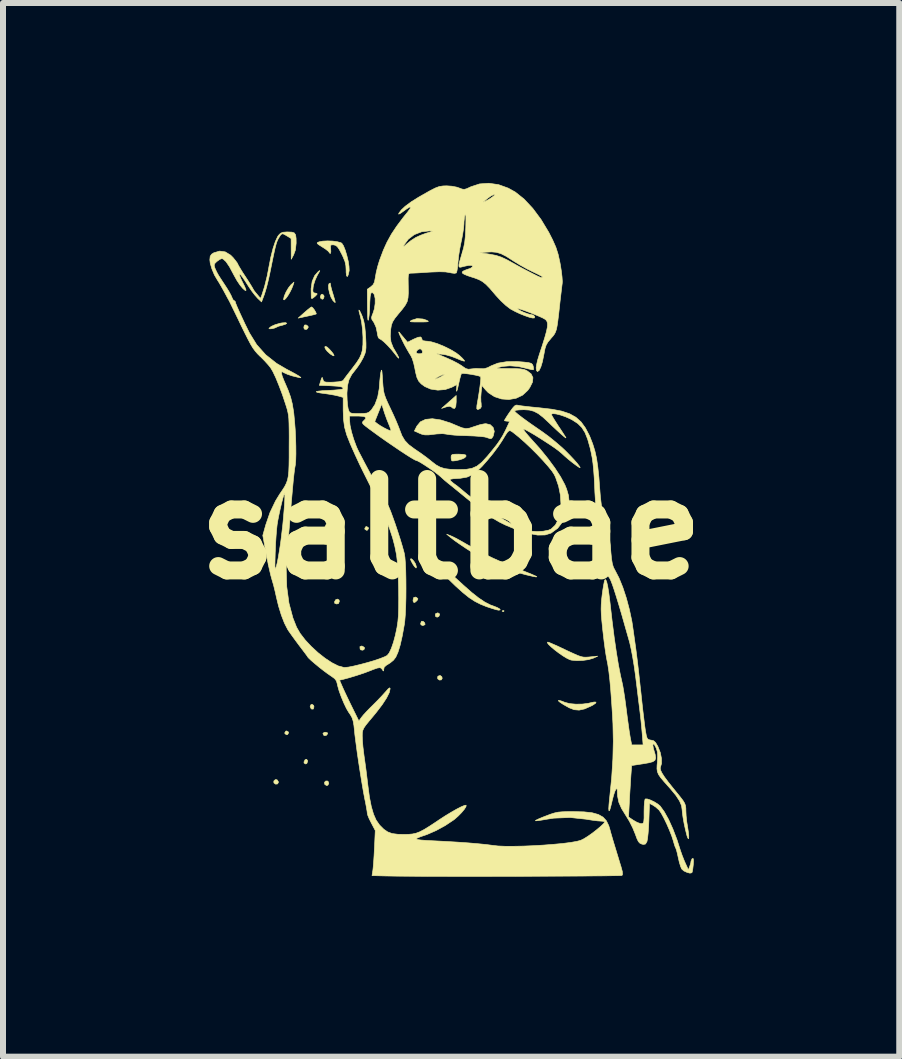
<source format=kicad_pcb>
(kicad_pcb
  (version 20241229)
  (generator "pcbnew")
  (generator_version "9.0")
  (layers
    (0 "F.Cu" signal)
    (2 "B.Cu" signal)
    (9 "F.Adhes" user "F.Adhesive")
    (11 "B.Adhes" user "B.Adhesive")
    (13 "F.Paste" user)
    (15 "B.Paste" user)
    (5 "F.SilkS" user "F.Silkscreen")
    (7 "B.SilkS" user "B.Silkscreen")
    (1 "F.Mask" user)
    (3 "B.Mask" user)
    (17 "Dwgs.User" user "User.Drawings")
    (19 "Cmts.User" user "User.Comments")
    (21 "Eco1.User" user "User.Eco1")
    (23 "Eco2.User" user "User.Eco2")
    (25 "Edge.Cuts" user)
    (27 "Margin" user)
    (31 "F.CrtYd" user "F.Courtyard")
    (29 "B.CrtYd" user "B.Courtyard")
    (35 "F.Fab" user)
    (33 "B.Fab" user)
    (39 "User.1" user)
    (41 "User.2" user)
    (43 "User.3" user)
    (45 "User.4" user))
  (footprint "saltbae"
    (layer "F.Cu")
    (at 4.47 5.77)
    (property "Reference" "saltbae" (at 0 0 0) (layer "F.SilkS") (effects (font (size 1.524 1.524) (thickness 0.3))))
    (attr through_hole)
    (fp_poly (pts (xy 0.882 1.362) (xy 0.879 1.374) (xy 0.868 1.376) (xy 0.85 1.368) (xy 0.854 1.362) (xy 0.879 1.359) (xy 0.882 1.362)) (stroke (width 0.01) (type solid)) (fill yes) (layer "F.SilkS"))
    (fp_poly (pts (xy -2.902 4.179) (xy -2.88 4.211) (xy -2.879 4.224) (xy -2.894 4.249) (xy -2.926 4.252) (xy -2.954 4.231) (xy -2.955 4.2) (xy -2.931 4.177) (xy -2.902 4.179)) (stroke (width 0.01) (type solid)) (fill yes) (layer "F.SilkS"))
    (fp_poly (pts (xy -2.713 3.382) (xy -2.709 3.397) (xy -2.726 3.425) (xy -2.741 3.429) (xy -2.769 3.412) (xy -2.773 3.397) (xy -2.756 3.369) (xy -2.741 3.365) (xy -2.713 3.382)) (stroke (width 0.01) (type solid)) (fill yes) (layer "F.SilkS"))
    (fp_poly (pts (xy -2.395 0.047) (xy -2.392 0.072) (xy -2.403 0.117) (xy -2.425 0.127) (xy -2.45 0.111) (xy -2.452 0.081) (xy -2.436 0.038) (xy -2.413 0.026) (xy -2.395 0.047)) (stroke (width 0.01) (type solid)) (fill yes) (layer "F.SilkS"))
    (fp_poly (pts (xy -2.393 3.859) (xy -2.392 3.872) (xy -2.405 3.908) (xy -2.425 3.916) (xy -2.451 3.9) (xy -2.452 3.881) (xy -2.434 3.845) (xy -2.409 3.837) (xy -2.393 3.859)) (stroke (width 0.01) (type solid)) (fill yes) (layer "F.SilkS"))
    (fp_poly (pts (xy -2.387 -3.383) (xy -2.381 -3.365) (xy -2.399 -3.336) (xy -2.418 -3.327) (xy -2.448 -3.335) (xy -2.455 -3.365) (xy -2.445 -3.4) (xy -2.418 -3.404) (xy -2.387 -3.383)) (stroke (width 0.01) (type solid)) (fill yes) (layer "F.SilkS"))
    (fp_poly (pts (xy -2.292 2.939) (xy -2.286 2.963) (xy -2.297 3) (xy -2.323 3.001) (xy -2.335 2.992) (xy -2.35 2.958) (xy -2.337 2.928) (xy -2.318 2.921) (xy -2.292 2.939)) (stroke (width 0.01) (type solid)) (fill yes) (layer "F.SilkS"))
    (fp_poly (pts (xy -2.123 -3.898) (xy -2.117 -3.873) (xy -2.13 -3.839) (xy -2.148 -3.831) (xy -2.174 -3.849) (xy -2.18 -3.873) (xy -2.167 -3.908) (xy -2.148 -3.916) (xy -2.123 -3.898)) (stroke (width 0.01) (type solid)) (fill yes) (layer "F.SilkS"))
    (fp_poly (pts (xy -2.121 -0.365) (xy -2.12 -0.346) (xy -2.138 -0.31) (xy -2.163 -0.303) (xy -2.179 -0.324) (xy -2.18 -0.337) (xy -2.167 -0.373) (xy -2.147 -0.381) (xy -2.121 -0.365)) (stroke (width 0.01) (type solid)) (fill yes) (layer "F.SilkS"))
    (fp_poly (pts (xy -2.062 3.396) (xy -2.058 3.412) (xy -2.083 3.441) (xy -2.116 3.442) (xy -2.123 3.436) (xy -2.137 3.406) (xy -2.114 3.389) (xy -2.094 3.387) (xy -2.062 3.396)) (stroke (width 0.01) (type solid)) (fill yes) (layer "F.SilkS"))
    (fp_poly (pts (xy -2.038 -0.067) (xy -2.032 -0.042) (xy -2.043 -0.005) (xy -2.069 -0.004) (xy -2.081 -0.014) (xy -2.096 -0.048) (xy -2.083 -0.078) (xy -2.064 -0.085) (xy -2.038 -0.067)) (stroke (width 0.01) (type solid)) (fill yes) (layer "F.SilkS"))
    (fp_poly (pts (xy -1.868 1.182) (xy -1.863 1.205) (xy -1.877 1.241) (xy -1.907 1.249) (xy -1.94 1.237) (xy -1.943 1.212) (xy -1.924 1.178) (xy -1.893 1.167) (xy -1.868 1.182)) (stroke (width 0.01) (type solid)) (fill yes) (layer "F.SilkS"))
    (fp_poly (pts (xy -1.472 1.955) (xy -1.442 1.979) (xy -1.451 2.007) (xy -1.472 2.019) (xy -1.506 2.014) (xy -1.517 1.999) (xy -1.52 1.96) (xy -1.492 1.949) (xy -1.472 1.955)) (stroke (width 0.01) (type solid)) (fill yes) (layer "F.SilkS"))
    (fp_poly (pts (xy -1.38 -0.025) (xy -1.376 -0.011) (xy -1.393 0.017) (xy -1.408 0.021) (xy -1.436 0.004) (xy -1.439 -0.011) (xy -1.422 -0.039) (xy -1.408 -0.042) (xy -1.38 -0.025)) (stroke (width 0.01) (type solid)) (fill yes) (layer "F.SilkS"))
    (fp_poly (pts (xy -0.155 2.461) (xy -0.148 2.488) (xy -0.163 2.514) (xy -0.195 2.517) (xy -0.223 2.496) (xy -0.224 2.463) (xy -0.216 2.451) (xy -0.183 2.44) (xy -0.155 2.461)) (stroke (width 0.01) (type solid)) (fill yes) (layer "F.SilkS"))
    (fp_poly (pts (xy -2.057 4.201) (xy -2.051 4.206) (xy -2.039 4.239) (xy -2.054 4.269) (xy -2.074 4.276) (xy -2.101 4.26) (xy -2.107 4.253) (xy -2.11 4.22) (xy -2.087 4.199) (xy -2.057 4.201)) (stroke (width 0.01) (type solid)) (fill yes) (layer "F.SilkS"))
    (fp_poly (pts (xy -0.572 1.143) (xy -0.553 1.163) (xy -0.568 1.192) (xy -0.57 1.194) (xy -0.606 1.224) (xy -0.629 1.217) (xy -0.635 1.187) (xy -0.624 1.142) (xy -0.593 1.133) (xy -0.572 1.143)) (stroke (width 0.01) (type solid)) (fill yes) (layer "F.SilkS"))
    (fp_poly (pts (xy -0.464 1.539) (xy -0.44 1.563) (xy -0.434 1.589) (xy -0.438 1.595) (xy -0.471 1.609) (xy -0.501 1.597) (xy -0.508 1.578) (xy -0.497 1.543) (xy -0.489 1.536) (xy -0.464 1.539)) (stroke (width 0.01) (type solid)) (fill yes) (layer "F.SilkS"))
    (fp_poly (pts (xy -0.193 1.414) (xy -0.191 1.426) (xy -0.205 1.457) (xy -0.234 1.469) (xy -0.259 1.455) (xy -0.261 1.451) (xy -0.261 1.413) (xy -0.225 1.397) (xy -0.219 1.397) (xy -0.193 1.414)) (stroke (width 0.01) (type solid)) (fill yes) (layer "F.SilkS"))
    (fp_poly (pts (xy -0.643 0.51) (xy -0.615 0.544) (xy -0.592 0.583) (xy -0.59 0.589) (xy -0.577 0.636) (xy -0.585 0.649) (xy -0.609 0.626) (xy -0.634 0.59) (xy -0.662 0.54) (xy -0.677 0.505) (xy -0.677 0.5) (xy -0.667 0.493) (xy -0.643 0.51)) (stroke (width 0.01) (type solid)) (fill yes) (layer "F.SilkS"))
    (fp_poly (pts (xy -2.064 -3.032) (xy -2.027 -2.997) (xy -1.989 -2.954) (xy -1.96 -2.915) (xy -1.951 -2.89) (xy -1.952 -2.888) (xy -1.973 -2.893) (xy -2.013 -2.918) (xy -2.018 -2.922) (xy -2.066 -2.966) (xy -2.097 -3.007) (xy -2.106 -3.037) (xy -2.091 -3.046) (xy -2.064 -3.032)) (stroke (width 0.01) (type solid)) (fill yes) (layer "F.SilkS"))
    (fp_poly (pts (xy -0.47 -3.502) (xy -0.413 -3.483) (xy -0.385 -3.469) (xy -0.38 -3.46) (xy -0.402 -3.455) (xy -0.457 -3.453) (xy -0.529 -3.453) (xy -0.615 -3.453) (xy -0.664 -3.455) (xy -0.682 -3.461) (xy -0.674 -3.471) (xy -0.656 -3.482) (xy -0.569 -3.509) (xy -0.47 -3.502)) (stroke (width 0.01) (type solid)) (fill yes) (layer "F.SilkS"))
    (fp_poly (pts (xy -2.635 -4.064) (xy -2.658 -4.006) (xy -2.689 -3.945) (xy -2.723 -3.888) (xy -2.755 -3.845) (xy -2.78 -3.821) (xy -2.793 -3.825) (xy -2.793 -3.831) (xy -2.781 -3.884) (xy -2.751 -3.953) (xy -2.711 -4.021) (xy -2.671 -4.071) (xy -2.667 -4.075) (xy -2.619 -4.117) (xy -2.635 -4.064)) (stroke (width 0.01) (type solid)) (fill yes) (layer "F.SilkS"))
    (fp_poly (pts (xy -2.306 -3.689) (xy -2.279 -3.654) (xy -2.256 -3.615) (xy -2.247 -3.589) (xy -2.249 -3.586) (xy -2.272 -3.578) (xy -2.325 -3.565) (xy -2.398 -3.549) (xy -2.403 -3.548) (xy -2.549 -3.517) (xy -2.444 -3.611) (xy -2.389 -3.658) (xy -2.346 -3.692) (xy -2.326 -3.704) (xy -2.306 -3.689)) (stroke (width 0.01) (type solid)) (fill yes) (layer "F.SilkS"))
    (fp_poly (pts (xy 0.085 -2.119) (xy 0.078 -2.045) (xy 0.059 -2.011) (xy 0.026 -2.017) (xy 0.006 -2.035) (xy -0.025 -2.048) (xy -0.078 -2.038) (xy -0.088 -2.035) (xy -0.159 -2.011) (xy -0.085 -2.076) (xy -0.028 -2.127) (xy 0.025 -2.173) (xy 0.037 -2.184) (xy 0.085 -2.227) (xy 0.085 -2.119)) (stroke (width 0.01) (type solid)) (fill yes) (layer "F.SilkS"))
    (fp_poly (pts (xy -2.011 -4.082) (xy -2.005 -4.045) (xy -1.989 -3.983) (xy -1.968 -3.915) (xy -1.948 -3.847) (xy -1.934 -3.797) (xy -1.932 -3.776) (xy -1.947 -3.786) (xy -1.973 -3.814) (xy -2.002 -3.865) (xy -2.026 -3.933) (xy -2.041 -4.002) (xy -2.044 -4.06) (xy -2.035 -4.091) (xy -2.015 -4.101) (xy -2.011 -4.082)) (stroke (width 0.01) (type solid)) (fill yes) (layer "F.SilkS"))
    (fp_poly (pts (xy 0.207 -1.245) (xy 0.246 -1.234) (xy 0.249 -1.213) (xy 0.227 -1.189) (xy 0.191 -1.171) (xy 0.135 -1.153) (xy 0.076 -1.14) (xy 0.029 -1.135) (xy 0.012 -1.138) (xy 0.002 -1.167) (xy 0 -1.199) (xy 0.003 -1.227) (xy 0.019 -1.242) (xy 0.058 -1.248) (xy 0.127 -1.249) (xy 0.207 -1.245)) (stroke (width 0.01) (type solid)) (fill yes) (layer "F.SilkS"))
    (fp_poly (pts (xy -2.74 -3.432) (xy -2.758 -3.416) (xy -2.813 -3.398) (xy -2.821 -3.396) (xy -2.875 -3.382) (xy -2.91 -3.366) (xy -2.91 -3.366) (xy -2.943 -3.351) (xy -2.985 -3.341) (xy -3.022 -3.338) (xy -3.037 -3.345) (xy -3.035 -3.348) (xy -2.999 -3.378) (xy -2.934 -3.407) (xy -2.855 -3.43) (xy -2.819 -3.437) (xy -2.76 -3.441) (xy -2.74 -3.432)) (stroke (width 0.01) (type solid)) (fill yes) (layer "F.SilkS"))
    (fp_poly (pts (xy 1.832 2.864) (xy 1.898 2.889) (xy 1.978 2.91) (xy 2.081 2.919) (xy 2.192 2.917) (xy 2.292 2.904) (xy 2.314 2.898) (xy 2.384 2.883) (xy 2.416 2.885) (xy 2.409 2.903) (xy 2.362 2.935) (xy 2.335 2.949) (xy 2.225 2.998) (xy 2.134 3.018) (xy 2.051 3.011) (xy 1.966 2.978) (xy 1.96 2.974) (xy 1.873 2.925) (xy 1.815 2.887) (xy 1.788 2.863) (xy 1.793 2.855) (xy 1.832 2.864)) (stroke (width 0.01) (type solid)) (fill yes) (layer "F.SilkS"))
    (fp_poly (pts (xy -2.189 -4.307) (xy -2.203 -4.278) (xy -2.23 -4.232) (xy -2.266 -4.153) (xy -2.293 -4.069) (xy -2.299 -4.038) (xy -2.305 -3.978) (xy -2.3 -3.948) (xy -2.279 -3.936) (xy -2.265 -3.934) (xy -2.236 -3.927) (xy -2.234 -3.915) (xy -2.261 -3.886) (xy -2.273 -3.875) (xy -2.312 -3.845) (xy -2.329 -3.847) (xy -2.331 -3.854) (xy -2.334 -4.008) (xy -2.316 -4.13) (xy -2.274 -4.225) (xy -2.221 -4.286) (xy -2.195 -4.308) (xy -2.189 -4.307)) (stroke (width 0.01) (type solid)) (fill yes) (layer "F.SilkS"))
    (fp_poly (pts (xy 1.638 1.892) (xy 1.694 1.916) (xy 1.77 1.949) (xy 1.827 1.976) (xy 1.951 2.035) (xy 2.043 2.077) (xy 2.111 2.107) (xy 2.162 2.125) (xy 2.203 2.134) (xy 2.24 2.136) (xy 2.281 2.134) (xy 2.315 2.131) (xy 2.445 2.118) (xy 2.371 2.152) (xy 2.292 2.176) (xy 2.193 2.19) (xy 2.093 2.193) (xy 2.007 2.185) (xy 1.979 2.177) (xy 1.926 2.151) (xy 1.862 2.112) (xy 1.793 2.064) (xy 1.726 2.013) (xy 1.668 1.964) (xy 1.625 1.923) (xy 1.604 1.894) (xy 1.611 1.884) (xy 1.638 1.892)) (stroke (width 0.01) (type solid)) (fill yes) (layer "F.SilkS"))
    (fp_poly (pts (xy 0.001 0.115) (xy 0.055 0.14) (xy 0.13 0.18) (xy 0.214 0.227) (xy 0.236 0.24) (xy 0.392 0.329) (xy 0.544 0.41) (xy 0.701 0.486) (xy 0.874 0.563) (xy 1.071 0.645) (xy 1.228 0.707) (xy 1.335 0.75) (xy 1.402 0.779) (xy 1.429 0.795) (xy 1.417 0.798) (xy 1.366 0.789) (xy 1.275 0.768) (xy 1.249 0.762) (xy 1.089 0.719) (xy 0.924 0.667) (xy 0.771 0.612) (xy 0.643 0.559) (xy 0.635 0.555) (xy 0.569 0.521) (xy 0.479 0.467) (xy 0.374 0.402) (xy 0.263 0.331) (xy 0.157 0.26) (xy 0.065 0.196) (xy -0.003 0.144) (xy -0.011 0.138) (xy -0.074 0.085) (xy 0.001 0.115)) (stroke (width 0.01) (type solid)) (fill yes) (layer "F.SilkS"))
    (fp_poly (pts (xy -0.395 0.416) (xy -0.348 0.451) (xy -0.279 0.507) (xy -0.19 0.582) (xy -0.086 0.672) (xy 0.028 0.774) (xy 0.15 0.884) (xy 0.201 0.931) (xy 0.34 1.054) (xy 0.459 1.148) (xy 0.562 1.217) (xy 0.656 1.265) (xy 0.703 1.282) (xy 0.767 1.307) (xy 0.808 1.33) (xy 0.82 1.346) (xy 0.798 1.352) (xy 0.79 1.352) (xy 0.752 1.344) (xy 0.688 1.325) (xy 0.609 1.299) (xy 0.593 1.294) (xy 0.489 1.252) (xy 0.395 1.204) (xy 0.301 1.143) (xy 0.2 1.062) (xy 0.082 0.956) (xy 0.062 0.937) (xy -0.015 0.862) (xy -0.098 0.778) (xy -0.18 0.691) (xy -0.257 0.607) (xy -0.324 0.531) (xy -0.376 0.468) (xy -0.407 0.425) (xy -0.414 0.407) (xy -0.395 0.416)) (stroke (width 0.01) (type solid)) (fill yes) (layer "F.SilkS"))
    (fp_poly (pts (xy -0.175 -1.82) (xy -0.015 -1.77) (xy 0.097 -1.723) (xy 0.18 -1.689) (xy 0.245 -1.675) (xy 0.309 -1.683) (xy 0.389 -1.71) (xy 0.402 -1.714) (xy 0.478 -1.739) (xy 0.55 -1.754) (xy 0.58 -1.757) (xy 0.653 -1.74) (xy 0.701 -1.694) (xy 0.72 -1.629) (xy 0.703 -1.554) (xy 0.698 -1.544) (xy 0.678 -1.514) (xy 0.653 -1.507) (xy 0.609 -1.521) (xy 0.593 -1.528) (xy 0.552 -1.537) (xy 0.479 -1.545) (xy 0.383 -1.552) (xy 0.276 -1.556) (xy 0.265 -1.557) (xy 0.155 -1.56) (xy 0.055 -1.566) (xy -0.024 -1.574) (xy -0.072 -1.581) (xy -0.074 -1.582) (xy -0.141 -1.591) (xy -0.239 -1.586) (xy -0.29 -1.58) (xy -0.376 -1.57) (xy -0.436 -1.57) (xy -0.485 -1.58) (xy -0.527 -1.597) (xy -0.612 -1.635) (xy -0.571 -1.716) (xy -0.512 -1.788) (xy -0.425 -1.829) (xy -0.313 -1.84) (xy -0.175 -1.82)) (stroke (width 0.01) (type solid)) (fill yes) (layer "F.SilkS"))
    (fp_poly (pts (xy -1.974 -4.801) (xy -1.895 -4.79) (xy -1.838 -4.774) (xy -1.822 -4.765) (xy -1.794 -4.722) (xy -1.765 -4.65) (xy -1.738 -4.56) (xy -1.715 -4.466) (xy -1.702 -4.379) (xy -1.699 -4.313) (xy -1.7 -4.304) (xy -1.716 -4.235) (xy -1.731 -4.209) (xy -1.743 -4.223) (xy -1.75 -4.279) (xy -1.75 -4.312) (xy -1.754 -4.39) (xy -1.769 -4.46) (xy -1.801 -4.538) (xy -1.823 -4.584) (xy -1.864 -4.661) (xy -1.896 -4.707) (xy -1.926 -4.73) (xy -1.957 -4.738) (xy -1.995 -4.739) (xy -2.01 -4.723) (xy -2.008 -4.679) (xy -2.007 -4.669) (xy -2.005 -4.62) (xy -2.013 -4.594) (xy -2.015 -4.593) (xy -2.032 -4.609) (xy -2.032 -4.613) (xy -2.049 -4.633) (xy -2.092 -4.667) (xy -2.143 -4.7) (xy -2.203 -4.738) (xy -2.231 -4.76) (xy -2.231 -4.774) (xy -2.208 -4.785) (xy -2.202 -4.788) (xy -2.141 -4.8) (xy -2.06 -4.804) (xy -1.974 -4.801)) (stroke (width 0.01) (type solid)) (fill yes) (layer "F.SilkS"))
    (fp_poly (pts (xy -0.862 -3.279) (xy -0.832 -3.241) (xy -0.789 -3.191) (xy -0.781 -3.18) (xy -0.725 -3.115) (xy -0.624 -3.166) (xy -0.552 -3.197) (xy -0.509 -3.203) (xy -0.489 -3.183) (xy -0.487 -3.163) (xy -0.471 -3.141) (xy -0.419 -3.133) (xy -0.404 -3.133) (xy -0.328 -3.121) (xy -0.228 -3.091) (xy -0.119 -3.046) (xy -0.011 -2.993) (xy 0.083 -2.937) (xy 0.137 -2.896) (xy 0.187 -2.849) (xy 0.218 -2.814) (xy 0.225 -2.8) (xy 0.202 -2.803) (xy 0.152 -2.82) (xy 0.091 -2.846) (xy 0.005 -2.879) (xy -0.085 -2.904) (xy -0.138 -2.913) (xy -0.243 -2.924) (xy -0.064 -2.848) (xy 0.026 -2.807) (xy 0.111 -2.763) (xy 0.175 -2.724) (xy 0.19 -2.713) (xy 0.244 -2.676) (xy 0.289 -2.664) (xy 0.339 -2.67) (xy 0.414 -2.678) (xy 0.49 -2.674) (xy 0.55 -2.673) (xy 0.612 -2.692) (xy 0.667 -2.721) (xy 0.779 -2.766) (xy 0.923 -2.79) (xy 1.096 -2.793) (xy 1.215 -2.784) (xy 1.291 -2.775) (xy 1.335 -2.763) (xy 1.357 -2.744) (xy 1.368 -2.717) (xy 1.375 -2.675) (xy 1.372 -2.656) (xy 1.349 -2.657) (xy 1.298 -2.668) (xy 1.264 -2.677) (xy 1.118 -2.711) (xy 0.979 -2.722) (xy 0.858 -2.712) (xy 0.826 -2.704) (xy 0.786 -2.692) (xy 0.768 -2.684) (xy 0.778 -2.679) (xy 0.818 -2.677) (xy 0.893 -2.676) (xy 0.963 -2.676) (xy 1.077 -2.675) (xy 1.158 -2.67) (xy 1.216 -2.66) (xy 1.259 -2.643) (xy 1.264 -2.64) (xy 1.333 -2.588) (xy 1.364 -2.525) (xy 1.357 -2.45) (xy 1.312 -2.36) (xy 1.278 -2.312) (xy 1.191 -2.232) (xy 1.084 -2.181) (xy 0.964 -2.16) (xy 0.841 -2.169) (xy 0.724 -2.207) (xy 0.62 -2.274) (xy 0.575 -2.321) (xy 0.514 -2.394) (xy 0.501 -2.279) (xy 0.495 -2.199) (xy 0.497 -2.125) (xy 0.501 -2.096) (xy 0.503 -2.037) (xy 0.485 -2.009) (xy 0.445 -1.992) (xy 0.428 -2.006) (xy 0.43 -2.057) (xy 0.432 -2.069) (xy 0.457 -2.213) (xy 0.476 -2.337) (xy 0.489 -2.437) (xy 0.495 -2.506) (xy 0.493 -2.54) (xy 0.491 -2.542) (xy 0.462 -2.553) (xy 0.406 -2.566) (xy 0.337 -2.579) (xy 0.266 -2.589) (xy 0.208 -2.595) (xy 0.175 -2.594) (xy 0.173 -2.593) (xy 0.163 -2.568) (xy 0.147 -2.512) (xy 0.129 -2.435) (xy 0.123 -2.407) (xy 0.106 -2.333) (xy 0.094 -2.298) (xy 0.09 -2.302) (xy 0.091 -2.321) (xy 0.096 -2.409) (xy 0.011 -2.364) (xy -0.099 -2.326) (xy -0.221 -2.316) (xy -0.341 -2.334) (xy -0.438 -2.376) (xy -0.498 -2.42) (xy -0.54 -2.466) (xy -0.557 -2.501) (xy -0.268 -2.501) (xy -0.265 -2.499) (xy -0.234 -2.509) (xy -0.184 -2.532) (xy -0.169 -2.54) (xy -0.128 -2.565) (xy -0.113 -2.579) (xy -0.116 -2.581) (xy -0.147 -2.571) (xy -0.197 -2.548) (xy -0.212 -2.54) (xy -0.253 -2.515) (xy -0.268 -2.501) (xy -0.557 -2.501) (xy -0.569 -2.525) (xy -0.591 -2.609) (xy -0.605 -2.682) (xy -0.624 -2.767) (xy -0.648 -2.843) (xy -0.673 -2.894) (xy -0.673 -2.894) (xy -0.701 -2.938) (xy -0.581 -2.938) (xy -0.578 -2.935) (xy -0.544 -2.922) (xy -0.5 -2.924) (xy -0.481 -2.934) (xy -0.476 -2.963) (xy -0.494 -2.994) (xy -0.518 -3.006) (xy -0.551 -2.993) (xy -0.577 -2.965) (xy -0.581 -2.938) (xy -0.701 -2.938) (xy -0.703 -2.942) (xy -0.739 -3.004) (xy -0.777 -3.073) (xy -0.812 -3.143) (xy -0.843 -3.207) (xy -0.865 -3.256) (xy -0.874 -3.285) (xy -0.869 -3.286) (xy -0.862 -3.279)) (stroke (width 0.01) (type solid)) (fill yes) (layer "F.SilkS"))
    (fp_poly (pts (xy 0.791 -5.742) (xy 0.952 -5.684) (xy 1.069 -5.619) (xy 1.216 -5.502) (xy 1.361 -5.347) (xy 1.5 -5.16) (xy 1.629 -4.946) (xy 1.693 -4.82) (xy 1.746 -4.7) (xy 1.784 -4.582) (xy 1.814 -4.446) (xy 1.822 -4.402) (xy 1.838 -4.3) (xy 1.849 -4.207) (xy 1.854 -4.134) (xy 1.853 -4.1) (xy 1.847 -4.054) (xy 1.838 -3.977) (xy 1.826 -3.877) (xy 1.813 -3.764) (xy 1.81 -3.736) (xy 1.794 -3.588) (xy 1.78 -3.475) (xy 1.768 -3.391) (xy 1.756 -3.331) (xy 1.741 -3.286) (xy 1.723 -3.251) (xy 1.7 -3.219) (xy 1.669 -3.184) (xy 1.663 -3.176) (xy 1.615 -3.119) (xy 1.585 -3.068) (xy 1.565 -3.007) (xy 1.549 -2.922) (xy 1.546 -2.908) (xy 1.523 -2.792) (xy 1.496 -2.703) (xy 1.468 -2.645) (xy 1.439 -2.625) (xy 1.439 -2.625) (xy 1.424 -2.643) (xy 1.418 -2.687) (xy 1.418 -2.688) (xy 1.425 -2.739) (xy 1.442 -2.815) (xy 1.467 -2.898) (xy 1.469 -2.905) (xy 1.523 -3.068) (xy 1.563 -3.197) (xy 1.59 -3.295) (xy 1.605 -3.368) (xy 1.608 -3.421) (xy 1.6 -3.458) (xy 1.582 -3.485) (xy 1.561 -3.501) (xy 1.521 -3.523) (xy 1.457 -3.551) (xy 1.379 -3.584) (xy 1.296 -3.616) (xy 1.218 -3.645) (xy 1.154 -3.666) (xy 1.115 -3.676) (xy 1.108 -3.676) (xy 1.118 -3.662) (xy 1.155 -3.64) (xy 1.208 -3.615) (xy 1.265 -3.593) (xy 1.312 -3.579) (xy 1.328 -3.577) (xy 1.37 -3.567) (xy 1.394 -3.543) (xy 1.389 -3.52) (xy 1.361 -3.518) (xy 1.305 -3.531) (xy 1.23 -3.557) (xy 1.147 -3.59) (xy 1.066 -3.628) (xy 0.996 -3.666) (xy 0.986 -3.672) (xy 0.913 -3.728) (xy 0.828 -3.807) (xy 0.745 -3.897) (xy 0.729 -3.916) (xy 0.648 -4.011) (xy 0.582 -4.079) (xy 0.522 -4.127) (xy 0.458 -4.161) (xy 0.381 -4.19) (xy 0.344 -4.201) (xy 0.272 -4.225) (xy 0.216 -4.249) (xy 0.19 -4.266) (xy 0.184 -4.284) (xy 0.202 -4.301) (xy 0.25 -4.322) (xy 0.323 -4.347) (xy 0.354 -4.369) (xy 0.36 -4.384) (xy 0.341 -4.397) (xy 0.288 -4.395) (xy 0.207 -4.378) (xy 0.175 -4.369) (xy 0.147 -4.364) (xy 0.132 -4.373) (xy 0.13 -4.401) (xy 0.141 -4.455) (xy 0.166 -4.54) (xy 0.182 -4.595) (xy 0.186 -4.608) (xy 0.476 -4.608) (xy 0.646 -4.582) (xy 0.749 -4.562) (xy 0.838 -4.533) (xy 0.933 -4.488) (xy 0.984 -4.46) (xy 1.081 -4.406) (xy 1.182 -4.35) (xy 1.282 -4.298) (xy 1.372 -4.252) (xy 1.444 -4.216) (xy 1.493 -4.195) (xy 1.507 -4.191) (xy 1.524 -4.202) (xy 1.524 -4.203) (xy 1.506 -4.217) (xy 1.458 -4.243) (xy 1.39 -4.276) (xy 1.36 -4.29) (xy 1.264 -4.338) (xy 1.153 -4.4) (xy 1.048 -4.464) (xy 1.022 -4.481) (xy 0.917 -4.548) (xy 0.832 -4.591) (xy 0.755 -4.614) (xy 0.675 -4.621) (xy 0.593 -4.617) (xy 0.476 -4.608) (xy 0.186 -4.608) (xy 0.209 -4.69) (xy 0.227 -4.782) (xy 0.238 -4.884) (xy 0.244 -5.011) (xy 0.245 -5.038) (xy 0.247 -5.146) (xy 0.246 -5.219) (xy 0.241 -5.254) (xy 0.234 -5.249) (xy 0.223 -5.197) (xy 0.215 -5.124) (xy 0.214 -5.086) (xy 0.208 -5.013) (xy 0.193 -4.917) (xy 0.174 -4.815) (xy 0.168 -4.79) (xy 0.146 -4.681) (xy 0.127 -4.563) (xy 0.116 -4.459) (xy 0.115 -4.446) (xy 0.108 -4.367) (xy 0.098 -4.305) (xy 0.088 -4.271) (xy 0.087 -4.27) (xy 0.057 -4.263) (xy 0.002 -4.27) (xy -0.022 -4.276) (xy -0.093 -4.287) (xy -0.193 -4.29) (xy -0.328 -4.285) (xy -0.368 -4.283) (xy -0.472 -4.276) (xy -0.565 -4.27) (xy -0.635 -4.267) (xy -0.671 -4.266) (xy -0.692 -4.264) (xy -0.706 -4.254) (xy -0.713 -4.228) (xy -0.716 -4.178) (xy -0.715 -4.097) (xy -0.714 -4.044) (xy -0.713 -3.935) (xy -0.718 -3.856) (xy -0.732 -3.793) (xy -0.762 -3.735) (xy -0.81 -3.669) (xy -0.88 -3.585) (xy -0.938 -3.513) (xy -0.974 -3.456) (xy -0.995 -3.401) (xy -1.006 -3.334) (xy -1.014 -3.216) (xy -1.002 -3.119) (xy -0.966 -3.027) (xy -0.933 -2.97) (xy -0.891 -2.898) (xy -0.872 -2.857) (xy -0.874 -2.848) (xy -0.899 -2.872) (xy -0.937 -2.921) (xy -0.993 -2.99) (xy -1.055 -3.058) (xy -1.115 -3.117) (xy -1.165 -3.158) (xy -1.197 -3.175) (xy -1.198 -3.175) (xy -1.214 -3.194) (xy -1.227 -3.242) (xy -1.232 -3.278) (xy -1.251 -3.366) (xy -1.285 -3.441) (xy -1.29 -3.449) (xy -1.32 -3.494) (xy -1.327 -3.527) (xy -1.314 -3.57) (xy -1.302 -3.598) (xy -1.278 -3.674) (xy -1.266 -3.761) (xy -1.266 -3.843) (xy -1.28 -3.906) (xy -1.291 -3.926) (xy -1.318 -3.946) (xy -1.337 -3.93) (xy -1.349 -3.876) (xy -1.355 -3.783) (xy -1.356 -3.747) (xy -1.359 -3.655) (xy -1.366 -3.567) (xy -1.375 -3.503) (xy -1.382 -3.48) (xy -1.387 -3.49) (xy -1.391 -3.537) (xy -1.393 -3.622) (xy -1.395 -3.708) (xy -1.397 -3.998) (xy -1.336 -4.041) (xy -1.299 -4.075) (xy -1.277 -4.12) (xy -1.264 -4.19) (xy -1.262 -4.202) (xy -1.248 -4.28) (xy -1.224 -4.378) (xy -1.194 -4.477) (xy -1.188 -4.493) (xy -1.13 -4.647) (xy -1.101 -4.712) (xy -0.796 -4.712) (xy -0.793 -4.706) (xy -0.767 -4.728) (xy -0.738 -4.754) (xy -0.671 -4.808) (xy -0.596 -4.857) (xy -0.582 -4.864) (xy -0.508 -4.898) (xy -0.422 -4.93) (xy -0.392 -4.939) (xy -0.332 -4.957) (xy -0.31 -4.966) (xy -0.323 -4.97) (xy -0.36 -4.971) (xy -0.492 -4.956) (xy -0.613 -4.909) (xy -0.713 -4.833) (xy -0.78 -4.743) (xy -0.796 -4.712) (xy -1.101 -4.712) (xy -1.068 -4.784) (xy -0.996 -4.915) (xy -0.907 -5.049) (xy -0.796 -5.197) (xy -0.724 -5.286) (xy -0.683 -5.342) (xy -0.672 -5.37) (xy -0.691 -5.368) (xy -0.741 -5.338) (xy -0.793 -5.3) (xy -0.846 -5.262) (xy -0.873 -5.25) (xy -0.872 -5.263) (xy -0.831 -5.319) (xy -0.765 -5.381) (xy -0.672 -5.45) (xy 0.537 -5.45) (xy 0.555 -5.456) (xy 0.582 -5.47) (xy 0.646 -5.507) (xy 0.699 -5.544) (xy 0.73 -5.572) (xy 0.73 -5.579) (xy 0.709 -5.575) (xy 0.667 -5.555) (xy 0.613 -5.517) (xy 0.593 -5.501) (xy 0.549 -5.463) (xy 0.537 -5.45) (xy -0.672 -5.45) (xy -0.671 -5.451) (xy -0.546 -5.53) (xy -0.385 -5.622) (xy -0.349 -5.642) (xy -0.265 -5.685) (xy -0.199 -5.71) (xy -0.135 -5.72) (xy -0.074 -5.722) (xy 0.012 -5.716) (xy 0.095 -5.7) (xy 0.135 -5.686) (xy 0.183 -5.668) (xy 0.219 -5.663) (xy 0.26 -5.674) (xy 0.32 -5.702) (xy 0.334 -5.708) (xy 0.474 -5.754) (xy 0.629 -5.765) (xy 0.791 -5.742)) (stroke (width 0.01) (type solid)) (fill yes) (layer "F.SilkS"))
    (fp_poly (pts (xy -2.654 -4.95) (xy -2.614 -4.937) (xy -2.592 -4.904) (xy -2.584 -4.845) (xy -2.583 -4.766) (xy -2.596 -4.651) (xy -2.625 -4.572) (xy -2.665 -4.498) (xy -2.666 -4.671) (xy -2.667 -4.844) (xy -2.743 -4.891) (xy -2.789 -4.917) (xy -2.818 -4.923) (xy -2.843 -4.902) (xy -2.874 -4.852) (xy -2.889 -4.825) (xy -2.899 -4.802) (xy -2.91 -4.773) (xy -2.922 -4.731) (xy -2.937 -4.672) (xy -2.955 -4.59) (xy -2.978 -4.48) (xy -3.007 -4.337) (xy -3.026 -4.244) (xy -3.05 -4.137) (xy -3.077 -4.03) (xy -3.104 -3.94) (xy -3.114 -3.909) (xy -3.16 -3.787) (xy -3.223 -3.846) (xy -3.267 -3.895) (xy -3.321 -3.965) (xy -3.367 -4.032) (xy -3.429 -4.129) (xy -3.473 -4.194) (xy -3.503 -4.232) (xy -3.52 -4.248) (xy -3.528 -4.247) (xy -3.525 -4.224) (xy -3.506 -4.176) (xy -3.486 -4.134) (xy -3.443 -4.047) (xy -3.421 -3.995) (xy -3.42 -3.975) (xy -3.441 -3.984) (xy -3.476 -4.016) (xy -3.519 -4.068) (xy -3.57 -4.144) (xy -3.618 -4.23) (xy -3.628 -4.249) (xy -3.695 -4.374) (xy -3.752 -4.458) (xy -3.8 -4.502) (xy -3.823 -4.509) (xy -3.856 -4.496) (xy -3.901 -4.464) (xy -3.906 -4.461) (xy -3.942 -4.424) (xy -3.949 -4.39) (xy -3.937 -4.35) (xy -3.909 -4.289) (xy -3.872 -4.222) (xy -3.865 -4.212) (xy -3.827 -4.153) (xy -3.778 -4.078) (xy -3.741 -4.022) (xy -3.699 -3.953) (xy -3.667 -3.893) (xy -3.652 -3.858) (xy -3.634 -3.821) (xy -3.618 -3.81) (xy -3.599 -3.794) (xy -3.598 -3.789) (xy -3.59 -3.761) (xy -3.566 -3.703) (xy -3.53 -3.622) (xy -3.486 -3.527) (xy -3.438 -3.424) (xy -3.388 -3.323) (xy -3.362 -3.27) (xy -3.241 -3.074) (xy -3.091 -2.906) (xy -2.909 -2.762) (xy -2.743 -2.665) (xy -2.661 -2.622) (xy -2.59 -2.583) (xy -2.541 -2.554) (xy -2.53 -2.547) (xy -2.504 -2.527) (xy -2.511 -2.522) (xy -2.551 -2.53) (xy -2.649 -2.554) (xy -2.73 -2.581) (xy -2.783 -2.605) (xy -2.789 -2.609) (xy -2.82 -2.624) (xy -2.829 -2.605) (xy -2.816 -2.551) (xy -2.782 -2.465) (xy -2.775 -2.45) (xy -2.717 -2.315) (xy -2.676 -2.201) (xy -2.648 -2.09) (xy -2.627 -1.965) (xy -2.622 -1.926) (xy -2.61 -1.801) (xy -2.599 -1.663) (xy -2.592 -1.52) (xy -2.588 -1.381) (xy -2.587 -1.254) (xy -2.59 -1.149) (xy -2.596 -1.074) (xy -2.6 -1.052) (xy -2.608 -1.007) (xy -2.618 -0.926) (xy -2.63 -0.817) (xy -2.642 -0.686) (xy -2.655 -0.54) (xy -2.666 -0.413) (xy -2.679 -0.251) (xy -2.692 -0.09) (xy -2.705 0.06) (xy -2.716 0.191) (xy -2.726 0.295) (xy -2.731 0.345) (xy -2.749 0.662) (xy -2.74 0.96) (xy -2.703 1.234) (xy -2.637 1.482) (xy -2.576 1.636) (xy -2.516 1.74) (xy -2.432 1.849) (xy -2.33 1.958) (xy -2.218 2.061) (xy -2.101 2.153) (xy -1.987 2.228) (xy -1.882 2.281) (xy -1.793 2.305) (xy -1.774 2.307) (xy -1.711 2.301) (xy -1.621 2.283) (xy -1.513 2.257) (xy -1.397 2.226) (xy -1.284 2.193) (xy -1.184 2.159) (xy -1.106 2.128) (xy -1.066 2.107) (xy -1.032 2.065) (xy -0.996 1.989) (xy -0.961 1.888) (xy -0.929 1.769) (xy -0.902 1.641) (xy -0.887 1.54) (xy -0.878 1.438) (xy -0.874 1.305) (xy -0.873 1.151) (xy -0.875 0.985) (xy -0.88 0.82) (xy -0.887 0.664) (xy -0.898 0.53) (xy -0.91 0.426) (xy -0.911 0.423) (xy -0.938 0.287) (xy -0.974 0.149) (xy -1.022 0.003) (xy -1.084 -0.157) (xy -1.162 -0.337) (xy -1.259 -0.542) (xy -1.348 -0.721) (xy -1.418 -0.861) (xy -1.474 -0.973) (xy -1.52 -1.067) (xy -1.56 -1.153) (xy -1.6 -1.239) (xy -1.644 -1.337) (xy -1.684 -1.429) (xy -1.74 -1.57) (xy -1.776 -1.699) (xy -1.794 -1.833) (xy -1.799 -1.981) (xy -1.799 -2.195) (xy -1.879 -2.218) (xy -1.945 -2.233) (xy -2.031 -2.248) (xy -2.085 -2.256) (xy -2.181 -2.269) (xy -2.236 -2.28) (xy -2.248 -2.291) (xy -2.217 -2.299) (xy -2.145 -2.307) (xy -2.058 -2.311) (xy -1.962 -2.316) (xy -1.882 -2.323) (xy -1.827 -2.33) (xy -1.806 -2.335) (xy -1.8 -2.355) (xy -1.827 -2.37) (xy -1.89 -2.381) (xy -1.993 -2.388) (xy -2.01 -2.389) (xy -2.196 -2.396) (xy -2.173 -2.472) (xy -2.157 -2.519) (xy -2.148 -2.528) (xy -2.139 -2.505) (xy -2.137 -2.496) (xy -2.128 -2.47) (xy -2.111 -2.455) (xy -2.076 -2.449) (xy -2.012 -2.448) (xy -1.968 -2.449) (xy -1.873 -2.456) (xy -1.814 -2.469) (xy -1.797 -2.481) (xy -1.778 -2.508) (xy -1.739 -2.561) (xy -1.686 -2.629) (xy -1.643 -2.685) (xy -1.573 -2.778) (xy -1.526 -2.852) (xy -1.497 -2.918) (xy -1.481 -2.977) (xy -1.47 -3.075) (xy -1.469 -3.199) (xy -1.477 -3.331) (xy -1.493 -3.457) (xy -1.515 -3.555) (xy -1.534 -3.623) (xy -1.537 -3.651) (xy -1.525 -3.641) (xy -1.501 -3.592) (xy -1.483 -3.551) (xy -1.458 -3.477) (xy -1.44 -3.389) (xy -1.429 -3.275) (xy -1.424 -3.203) (xy -1.419 -3.098) (xy -1.419 -3.024) (xy -1.424 -2.97) (xy -1.436 -2.925) (xy -1.456 -2.878) (xy -1.467 -2.853) (xy -1.51 -2.776) (xy -1.559 -2.703) (xy -1.584 -2.67) (xy -1.657 -2.576) (xy -1.703 -2.488) (xy -1.727 -2.391) (xy -1.736 -2.27) (xy -1.736 -2.245) (xy -1.733 -2.151) (xy -1.726 -2.066) (xy -1.716 -2.005) (xy -1.712 -1.993) (xy -1.699 -1.958) (xy -1.681 -1.939) (xy -1.649 -1.929) (xy -1.591 -1.926) (xy -1.536 -1.926) (xy -1.455 -1.928) (xy -1.403 -1.934) (xy -1.367 -1.95) (xy -1.336 -1.979) (xy -1.33 -1.984) (xy -1.269 -2.077) (xy -1.224 -2.199) (xy -1.198 -2.342) (xy -1.195 -2.388) (xy -1.188 -2.477) (xy -1.179 -2.562) (xy -1.171 -2.614) (xy -1.163 -2.645) (xy -1.157 -2.649) (xy -1.152 -2.62) (xy -1.147 -2.556) (xy -1.142 -2.477) (xy -1.135 -2.382) (xy -1.127 -2.31) (xy -1.113 -2.247) (xy -1.09 -2.182) (xy -1.055 -2.102) (xy -1.012 -2.011) (xy -0.963 -1.907) (xy -0.918 -1.806) (xy -0.882 -1.719) (xy -0.86 -1.662) (xy -0.82 -1.558) (xy -0.772 -1.477) (xy -0.707 -1.408) (xy -0.615 -1.339) (xy -0.59 -1.322) (xy -0.501 -1.261) (xy -0.409 -1.194) (xy -0.333 -1.134) (xy -0.325 -1.127) (xy -0.251 -1.07) (xy -0.182 -1.032) (xy -0.106 -1.008) (xy -0.012 -0.996) (xy 0.112 -0.992) (xy 0.118 -0.992) (xy 0.248 -0.995) (xy 0.349 -1.013) (xy 0.432 -1.05) (xy 0.511 -1.113) (xy 0.597 -1.206) (xy 0.607 -1.217) (xy 0.696 -1.325) (xy 0.764 -1.411) (xy 0.815 -1.484) (xy 0.858 -1.553) (xy 0.897 -1.627) (xy 0.909 -1.651) (xy 0.941 -1.719) (xy 0.964 -1.769) (xy 0.974 -1.792) (xy 0.974 -1.792) (xy 0.956 -1.798) (xy 0.931 -1.799) (xy 0.897 -1.804) (xy 0.889 -1.81) (xy 0.9 -1.831) (xy 0.929 -1.878) (xy 0.971 -1.941) (xy 0.977 -1.949) (xy 1.024 -2.015) (xy 1.057 -2.052) (xy 1.084 -2.067) (xy 1.114 -2.065) (xy 1.119 -2.063) (xy 1.16 -2.056) (xy 1.233 -2.047) (xy 1.331 -2.036) (xy 1.442 -2.025) (xy 1.482 -2.021) (xy 1.68 -1.998) (xy 1.842 -1.967) (xy 1.974 -1.923) (xy 2.08 -1.864) (xy 2.167 -1.786) (xy 2.239 -1.686) (xy 2.304 -1.562) (xy 2.316 -1.534) (xy 2.361 -1.419) (xy 2.397 -1.303) (xy 2.425 -1.178) (xy 2.446 -1.033) (xy 2.464 -0.862) (xy 2.475 -0.709) (xy 2.489 -0.535) (xy 2.506 -0.393) (xy 2.528 -0.272) (xy 2.551 -0.18) (xy 2.587 -0.053) (xy 2.613 0.045) (xy 2.631 0.122) (xy 2.644 0.191) (xy 2.653 0.261) (xy 2.66 0.344) (xy 2.664 0.389) (xy 2.675 0.499) (xy 2.688 0.577) (xy 2.706 0.637) (xy 2.733 0.688) (xy 2.798 0.813) (xy 2.862 0.97) (xy 2.921 1.149) (xy 2.972 1.34) (xy 3.013 1.533) (xy 3.025 1.609) (xy 3.055 1.821) (xy 3.082 2.015) (xy 3.106 2.205) (xy 3.129 2.404) (xy 3.153 2.626) (xy 3.165 2.731) (xy 3.181 2.881) (xy 3.197 3.026) (xy 3.213 3.157) (xy 3.226 3.266) (xy 3.237 3.345) (xy 3.241 3.37) (xy 3.255 3.445) (xy 3.269 3.488) (xy 3.288 3.508) (xy 3.318 3.516) (xy 3.332 3.518) (xy 3.375 3.528) (xy 3.408 3.557) (xy 3.441 3.613) (xy 3.448 3.626) (xy 3.487 3.725) (xy 3.507 3.824) (xy 3.508 3.908) (xy 3.494 3.955) (xy 3.486 3.983) (xy 3.492 4.019) (xy 3.515 4.067) (xy 3.556 4.131) (xy 3.619 4.216) (xy 3.707 4.326) (xy 3.75 4.379) (xy 3.819 4.464) (xy 3.865 4.524) (xy 3.893 4.57) (xy 3.907 4.609) (xy 3.913 4.65) (xy 3.914 4.697) (xy 3.918 4.78) (xy 3.929 4.882) (xy 3.944 4.974) (xy 3.956 5.054) (xy 3.962 5.115) (xy 3.961 5.153) (xy 3.954 5.163) (xy 3.941 5.138) (xy 3.932 5.111) (xy 3.907 5.012) (xy 3.884 4.906) (xy 3.866 4.805) (xy 3.855 4.723) (xy 3.852 4.686) (xy 3.842 4.612) (xy 3.808 4.532) (xy 3.748 4.44) (xy 3.658 4.331) (xy 3.632 4.302) (xy 3.551 4.211) (xy 3.494 4.144) (xy 3.458 4.091) (xy 3.439 4.044) (xy 3.432 3.995) (xy 3.434 3.935) (xy 3.439 3.887) (xy 3.444 3.787) (xy 3.439 3.714) (xy 3.421 3.654) (xy 3.391 3.596) (xy 3.371 3.579) (xy 3.363 3.599) (xy 3.372 3.655) (xy 3.378 3.676) (xy 3.402 3.758) (xy 3.41 3.815) (xy 3.399 3.853) (xy 3.363 3.878) (xy 3.296 3.896) (xy 3.193 3.914) (xy 3.172 3.917) (xy 3.01 3.942) (xy 2.997 4.114) (xy 2.991 4.208) (xy 2.984 4.328) (xy 2.976 4.455) (xy 2.972 4.543) (xy 2.958 4.8) (xy 3.04 4.855) (xy 3.1 4.889) (xy 3.154 4.909) (xy 3.169 4.911) (xy 3.192 4.909) (xy 3.206 4.897) (xy 3.213 4.869) (xy 3.217 4.815) (xy 3.217 4.728) (xy 3.217 4.711) (xy 3.219 4.623) (xy 3.224 4.552) (xy 3.232 4.508) (xy 3.237 4.499) (xy 3.27 4.499) (xy 3.324 4.517) (xy 3.388 4.548) (xy 3.446 4.584) (xy 3.485 4.617) (xy 3.553 4.711) (xy 3.625 4.84) (xy 3.697 4.999) (xy 3.766 5.18) (xy 3.823 5.358) (xy 3.851 5.438) (xy 3.887 5.529) (xy 3.905 5.57) (xy 3.956 5.681) (xy 3.978 5.622) (xy 3.995 5.57) (xy 4 5.535) (xy 4.016 5.498) (xy 4.024 5.491) (xy 4.038 5.495) (xy 4.041 5.533) (xy 4.037 5.597) (xy 4.029 5.665) (xy 4.02 5.713) (xy 4.014 5.729) (xy 3.982 5.736) (xy 3.933 5.723) (xy 3.881 5.699) (xy 3.846 5.668) (xy 3.844 5.666) (xy 3.825 5.621) (xy 3.804 5.551) (xy 3.788 5.482) (xy 3.772 5.408) (xy 3.757 5.351) (xy 3.747 5.323) (xy 3.733 5.292) (xy 3.715 5.235) (xy 3.704 5.196) (xy 3.678 5.116) (xy 3.64 5.019) (xy 3.595 4.916) (xy 3.548 4.819) (xy 3.504 4.738) (xy 3.468 4.685) (xy 3.464 4.681) (xy 3.411 4.634) (xy 3.363 4.602) (xy 3.307 4.573) (xy 3.297 4.864) (xy 3.292 4.975) (xy 3.284 5.076) (xy 3.275 5.156) (xy 3.266 5.205) (xy 3.264 5.211) (xy 3.241 5.25) (xy 3.208 5.257) (xy 3.181 5.252) (xy 3.149 5.238) (xy 3.123 5.211) (xy 3.099 5.162) (xy 3.069 5.081) (xy 3.068 5.079) (xy 3.027 4.979) (xy 2.972 4.87) (xy 2.916 4.779) (xy 2.842 4.659) (xy 2.796 4.554) (xy 2.775 4.45) (xy 2.772 4.392) (xy 2.77 4.341) (xy 2.763 4.326) (xy 2.746 4.341) (xy 2.744 4.343) (xy 2.727 4.38) (xy 2.706 4.446) (xy 2.685 4.528) (xy 2.679 4.555) (xy 2.657 4.643) (xy 2.642 4.69) (xy 2.632 4.697) (xy 2.628 4.664) (xy 2.632 4.594) (xy 2.642 4.486) (xy 2.643 4.481) (xy 2.677 4.143) (xy 2.697 3.832) (xy 2.704 3.537) (xy 2.698 3.245) (xy 2.691 3.115) (xy 2.676 2.88) (xy 2.661 2.681) (xy 2.646 2.515) (xy 2.63 2.374) (xy 2.612 2.255) (xy 2.593 2.159) (xy 2.581 2.09) (xy 2.566 1.989) (xy 2.55 1.869) (xy 2.535 1.739) (xy 2.527 1.67) (xy 2.513 1.531) (xy 2.504 1.423) (xy 2.501 1.336) (xy 2.503 1.257) (xy 2.509 1.177) (xy 2.518 1.099) (xy 2.531 1.004) (xy 2.545 0.923) (xy 2.556 0.867) (xy 2.562 0.848) (xy 2.577 0.842) (xy 2.593 0.877) (xy 2.61 0.949) (xy 2.628 1.057) (xy 2.646 1.198) (xy 2.647 1.206) (xy 2.683 1.521) (xy 2.719 1.805) (xy 2.755 2.053) (xy 2.79 2.266) (xy 2.824 2.44) (xy 2.847 2.542) (xy 2.861 2.605) (xy 2.877 2.699) (xy 2.895 2.814) (xy 2.912 2.94) (xy 2.921 3.008) (xy 2.937 3.135) (xy 2.954 3.258) (xy 2.969 3.366) (xy 2.982 3.447) (xy 2.987 3.477) (xy 3.011 3.598) (xy 3.201 3.598) (xy 3.186 3.413) (xy 3.18 3.344) (xy 3.173 3.271) (xy 3.165 3.189) (xy 3.154 3.092) (xy 3.14 2.975) (xy 3.122 2.832) (xy 3.101 2.659) (xy 3.075 2.45) (xy 3.07 2.413) (xy 3.051 2.278) (xy 3.028 2.14) (xy 3.004 2.012) (xy 2.981 1.908) (xy 2.972 1.873) (xy 2.903 1.631) (xy 2.845 1.427) (xy 2.795 1.258) (xy 2.753 1.121) (xy 2.718 1.011) (xy 2.69 0.928) (xy 2.666 0.866) (xy 2.646 0.824) (xy 2.629 0.799) (xy 2.623 0.792) (xy 2.604 0.769) (xy 2.592 0.736) (xy 2.585 0.684) (xy 2.583 0.604) (xy 2.582 0.542) (xy 2.581 0.461) (xy 2.577 0.388) (xy 2.568 0.317) (xy 2.553 0.237) (xy 2.53 0.143) (xy 2.498 0.026) (xy 2.455 -0.122) (xy 2.444 -0.159) (xy 2.431 -0.223) (xy 2.418 -0.324) (xy 2.407 -0.456) (xy 2.397 -0.613) (xy 2.394 -0.69) (xy 2.386 -0.855) (xy 2.376 -0.987) (xy 2.365 -1.097) (xy 2.351 -1.194) (xy 2.332 -1.289) (xy 2.318 -1.351) (xy 2.277 -1.497) (xy 2.233 -1.608) (xy 2.179 -1.694) (xy 2.111 -1.761) (xy 2.021 -1.819) (xy 1.987 -1.837) (xy 1.906 -1.873) (xy 1.825 -1.901) (xy 1.753 -1.919) (xy 1.7 -1.925) (xy 1.673 -1.917) (xy 1.672 -1.912) (xy 1.683 -1.887) (xy 1.713 -1.836) (xy 1.756 -1.768) (xy 1.784 -1.724) (xy 1.835 -1.648) (xy 1.878 -1.582) (xy 1.907 -1.536) (xy 1.915 -1.524) (xy 1.911 -1.52) (xy 1.882 -1.542) (xy 1.832 -1.585) (xy 1.767 -1.644) (xy 1.691 -1.715) (xy 1.63 -1.774) (xy 1.533 -1.864) (xy 1.453 -1.926) (xy 1.38 -1.964) (xy 1.305 -1.984) (xy 1.217 -1.99) (xy 1.208 -1.99) (xy 1.135 -1.987) (xy 1.081 -1.981) (xy 1.059 -1.971) (xy 1.058 -1.97) (xy 1.074 -1.948) (xy 1.122 -1.907) (xy 1.203 -1.845) (xy 1.318 -1.762) (xy 1.468 -1.658) (xy 1.519 -1.623) (xy 1.626 -1.545) (xy 1.741 -1.452) (xy 1.848 -1.36) (xy 1.901 -1.31) (xy 1.978 -1.232) (xy 2.046 -1.16) (xy 2.1 -1.099) (xy 2.136 -1.052) (xy 2.152 -1.026) (xy 2.143 -1.024) (xy 2.137 -1.027) (xy 2.087 -1.061) (xy 2.02 -1.111) (xy 1.953 -1.165) (xy 1.901 -1.21) (xy 1.893 -1.217) (xy 1.843 -1.263) (xy 1.79 -1.307) (xy 1.728 -1.353) (xy 1.647 -1.408) (xy 1.542 -1.476) (xy 1.484 -1.513) (xy 1.391 -1.571) (xy 1.31 -1.618) (xy 1.248 -1.652) (xy 1.212 -1.668) (xy 1.207 -1.669) (xy 1.212 -1.651) (xy 1.241 -1.611) (xy 1.289 -1.554) (xy 1.325 -1.513) (xy 1.476 -1.345) (xy 1.612 -1.178) (xy 1.73 -1.018) (xy 1.826 -0.87) (xy 1.896 -0.74) (xy 1.926 -0.666) (xy 1.956 -0.563) (xy 1.966 -0.474) (xy 1.956 -0.381) (xy 1.927 -0.272) (xy 1.864 -0.128) (xy 1.777 -0.014) (xy 1.668 0.066) (xy 1.666 0.067) (xy 1.567 0.098) (xy 1.444 0.1) (xy 1.296 0.073) (xy 1.143 0.026) (xy 1.017 -0.021) (xy 0.907 -0.067) (xy 0.807 -0.116) (xy 0.708 -0.174) (xy 0.604 -0.244) (xy 0.487 -0.332) (xy 0.349 -0.441) (xy 0.267 -0.507) (xy 0.172 -0.585) (xy 0.086 -0.655) (xy 0.014 -0.714) (xy -0.036 -0.754) (xy -0.054 -0.768) (xy -0.101 -0.807) (xy -0.119 -0.823) (xy -0.021 -0.823) (xy -0.005 -0.802) (xy 0.033 -0.769) (xy 0.047 -0.758) (xy 0.101 -0.719) (xy 0.143 -0.685) (xy 0.148 -0.681) (xy 0.276 -0.574) (xy 0.421 -0.462) (xy 0.575 -0.352) (xy 0.732 -0.248) (xy 0.884 -0.154) (xy 1.024 -0.076) (xy 1.145 -0.017) (xy 1.217 0.011) (xy 1.317 0.033) (xy 1.427 0.041) (xy 1.534 0.036) (xy 1.625 0.018) (xy 1.668 -0.001) (xy 1.738 -0.067) (xy 1.788 -0.163) (xy 1.819 -0.284) (xy 1.831 -0.421) (xy 1.822 -0.568) (xy 1.792 -0.717) (xy 1.742 -0.862) (xy 1.72 -0.908) (xy 1.682 -0.967) (xy 1.617 -1.047) (xy 1.534 -1.141) (xy 1.437 -1.244) (xy 1.333 -1.348) (xy 1.228 -1.447) (xy 1.129 -1.534) (xy 1.072 -1.58) (xy 1.025 -1.617) (xy 0.992 -1.638) (xy 0.966 -1.639) (xy 0.94 -1.616) (xy 0.906 -1.566) (xy 0.857 -1.485) (xy 0.847 -1.468) (xy 0.782 -1.372) (xy 0.699 -1.261) (xy 0.607 -1.149) (xy 0.518 -1.048) (xy 0.447 -0.977) (xy 0.357 -0.907) (xy 0.265 -0.866) (xy 0.154 -0.847) (xy 0.109 -0.844) (xy 0.041 -0.84) (xy -0.006 -0.832) (xy -0.021 -0.823) (xy -0.119 -0.823) (xy -0.157 -0.857) (xy -0.173 -0.872) (xy -0.222 -0.913) (xy -0.289 -0.964) (xy -0.366 -1.017) (xy -0.443 -1.068) (xy -0.51 -1.11) (xy -0.56 -1.137) (xy -0.58 -1.143) (xy -0.608 -1.155) (xy -0.665 -1.188) (xy -0.746 -1.239) (xy -0.847 -1.305) (xy -0.96 -1.382) (xy -1.083 -1.466) (xy -1.209 -1.555) (xy -1.268 -1.598) (xy -1.361 -1.666) (xy -1.424 -1.714) (xy -1.462 -1.746) (xy -1.478 -1.769) (xy -1.477 -1.785) (xy -1.471 -1.791) (xy -1.273 -1.791) (xy -1.224 -1.753) (xy -1.178 -1.722) (xy -1.121 -1.689) (xy -1.064 -1.66) (xy -1.02 -1.641) (xy -1.001 -1.638) (xy -1.005 -1.66) (xy -1.022 -1.707) (xy -1.039 -1.749) (xy -1.073 -1.833) (xy -1.107 -1.928) (xy -1.12 -1.968) (xy -1.156 -2.084) (xy -1.273 -1.791) (xy -1.471 -1.791) (xy -1.464 -1.799) (xy -1.46 -1.803) (xy -1.424 -1.84) (xy -1.424 -1.864) (xy -1.461 -1.879) (xy -1.537 -1.884) (xy -1.556 -1.884) (xy -1.693 -1.884) (xy -1.693 -1.822) (xy -1.685 -1.733) (xy -1.661 -1.622) (xy -1.625 -1.501) (xy -1.582 -1.384) (xy -1.568 -1.351) (xy -1.541 -1.294) (xy -1.497 -1.21) (xy -1.443 -1.106) (xy -1.38 -0.988) (xy -1.314 -0.865) (xy -1.247 -0.743) (xy -1.185 -0.63) (xy -1.13 -0.532) (xy -1.087 -0.458) (xy -1.06 -0.413) (xy -1.059 -0.413) (xy -1.039 -0.371) (xy -1.008 -0.297) (xy -0.972 -0.199) (xy -0.931 -0.084) (xy -0.89 0.039) (xy -0.85 0.163) (xy -0.815 0.279) (xy -0.787 0.379) (xy -0.781 0.402) (xy -0.77 0.468) (xy -0.762 0.569) (xy -0.756 0.695) (xy -0.753 0.838) (xy -0.752 0.991) (xy -0.753 1.145) (xy -0.757 1.292) (xy -0.763 1.424) (xy -0.772 1.532) (xy -0.779 1.587) (xy -0.814 1.781) (xy -0.849 1.935) (xy -0.885 2.052) (xy -0.922 2.135) (xy -0.961 2.186) (xy -1.015 2.23) (xy -1.065 2.262) (xy -1.074 2.266) (xy -1.115 2.301) (xy -1.122 2.333) (xy -1.125 2.365) (xy -1.136 2.359) (xy -1.145 2.344) (xy -1.164 2.32) (xy -1.189 2.31) (xy -1.231 2.317) (xy -1.297 2.34) (xy -1.344 2.359) (xy -1.453 2.4) (xy -1.58 2.442) (xy -1.706 2.48) (xy -1.803 2.506) (xy -1.86 2.519) (xy -1.807 2.641) (xy -1.775 2.711) (xy -1.73 2.806) (xy -1.68 2.91) (xy -1.645 2.981) (xy -1.537 3.2) (xy -1.495 3.14) (xy -1.461 3.098) (xy -1.406 3.038) (xy -1.34 2.97) (xy -1.311 2.942) (xy -1.237 2.868) (xy -1.164 2.792) (xy -1.106 2.728) (xy -1.092 2.713) (xy -1.048 2.663) (xy -1.024 2.646) (xy -1.016 2.659) (xy -1.016 2.661) (xy -1.031 2.726) (xy -1.076 2.816) (xy -1.147 2.925) (xy -1.243 3.051) (xy -1.301 3.122) (xy -1.374 3.209) (xy -1.424 3.271) (xy -1.455 3.317) (xy -1.472 3.356) (xy -1.48 3.394) (xy -1.481 3.44) (xy -1.481 3.452) (xy -1.478 3.526) (xy -1.47 3.626) (xy -1.457 3.733) (xy -1.451 3.78) (xy -1.436 3.887) (xy -1.418 4.018) (xy -1.401 4.157) (xy -1.387 4.274) (xy -1.361 4.469) (xy -1.33 4.627) (xy -1.293 4.753) (xy -1.25 4.851) (xy -1.197 4.927) (xy -1.191 4.935) (xy -1.122 5.004) (xy -1.056 5.049) (xy -0.982 5.076) (xy -0.887 5.088) (xy -0.794 5.09) (xy -0.713 5.089) (xy -0.645 5.083) (xy -0.584 5.07) (xy -0.521 5.046) (xy -0.448 5.008) (xy -0.359 4.953) (xy -0.245 4.878) (xy -0.198 4.846) (xy -0.098 4.781) (xy 0.001 4.721) (xy 0.092 4.669) (xy 0.168 4.63) (xy 0.223 4.607) (xy 0.25 4.603) (xy 0.251 4.604) (xy 0.248 4.628) (xy 0.22 4.672) (xy 0.174 4.727) (xy 0.118 4.784) (xy 0.058 4.837) (xy 0.042 4.849) (xy -0.099 4.943) (xy -0.249 5.025) (xy -0.391 5.087) (xy -0.423 5.099) (xy -0.509 5.128) (xy -0.562 5.15) (xy -0.579 5.165) (xy -0.56 5.176) (xy -0.502 5.184) (xy -0.405 5.191) (xy -0.326 5.195) (xy -0.109 5.206) (xy 0.096 5.218) (xy 0.283 5.231) (xy 0.446 5.245) (xy 0.58 5.258) (xy 0.679 5.271) (xy 0.694 5.273) (xy 0.782 5.283) (xy 0.901 5.288) (xy 1.045 5.288) (xy 1.205 5.285) (xy 1.373 5.278) (xy 1.544 5.268) (xy 1.709 5.255) (xy 1.861 5.241) (xy 1.993 5.224) (xy 2.096 5.206) (xy 2.163 5.188) (xy 2.215 5.162) (xy 2.282 5.12) (xy 2.357 5.067) (xy 2.43 5.01) (xy 2.494 4.956) (xy 2.541 4.912) (xy 2.561 4.883) (xy 2.561 4.881) (xy 2.543 4.872) (xy 2.497 4.868) (xy 2.492 4.868) (xy 2.438 4.864) (xy 2.359 4.854) (xy 2.269 4.84) (xy 2.254 4.837) (xy 1.983 4.808) (xy 1.712 4.819) (xy 1.588 4.838) (xy 1.507 4.852) (xy 1.444 4.861) (xy 1.409 4.863) (xy 1.405 4.862) (xy 1.419 4.851) (xy 1.465 4.829) (xy 1.535 4.8) (xy 1.582 4.782) (xy 1.661 4.752) (xy 1.725 4.732) (xy 1.785 4.719) (xy 1.854 4.713) (xy 1.943 4.71) (xy 2.043 4.71) (xy 2.215 4.714) (xy 2.351 4.729) (xy 2.455 4.758) (xy 2.533 4.802) (xy 2.589 4.863) (xy 2.629 4.946) (xy 2.647 5.006) (xy 2.656 5.04) (xy 2.668 5.083) (xy 2.684 5.138) (xy 2.706 5.213) (xy 2.736 5.311) (xy 2.775 5.439) (xy 2.824 5.601) (xy 2.832 5.626) (xy 2.854 5.707) (xy 2.858 5.755) (xy 2.849 5.774) (xy 2.826 5.776) (xy 2.763 5.778) (xy 2.666 5.779) (xy 2.537 5.781) (xy 2.38 5.782) (xy 2.198 5.784) (xy 1.996 5.785) (xy 1.777 5.786) (xy 1.544 5.787) (xy 1.301 5.788) (xy 1.051 5.789) (xy 0.799 5.789) (xy 0.548 5.79) (xy 0.3 5.79) (xy 0.061 5.79) (xy -0.167 5.789) (xy -0.379 5.789) (xy -0.573 5.788) (xy -0.745 5.787) (xy -0.89 5.786) (xy -1.006 5.784) (xy -1.077 5.783) (xy -1.318 5.777) (xy -1.304 5.688) (xy -1.298 5.633) (xy -1.291 5.547) (xy -1.284 5.441) (xy -1.278 5.326) (xy -1.277 5.312) (xy -1.264 5.025) (xy -1.33 4.899) (xy -1.365 4.83) (xy -1.389 4.771) (xy -1.397 4.738) (xy -1.401 4.703) (xy -1.412 4.638) (xy -1.428 4.552) (xy -1.44 4.495) (xy -1.462 4.378) (xy -1.487 4.231) (xy -1.514 4.065) (xy -1.541 3.89) (xy -1.566 3.719) (xy -1.587 3.561) (xy -1.604 3.429) (xy -1.609 3.376) (xy -1.62 3.273) (xy -1.633 3.2) (xy -1.651 3.145) (xy -1.678 3.096) (xy -1.706 3.056) (xy -1.744 2.992) (xy -1.787 2.902) (xy -1.83 2.799) (xy -1.867 2.698) (xy -1.891 2.612) (xy -1.896 2.587) (xy -1.911 2.533) (xy -1.941 2.493) (xy -1.997 2.452) (xy -2.008 2.445) (xy -2.059 2.41) (xy -2.126 2.36) (xy -2.199 2.303) (xy -2.27 2.244) (xy -2.331 2.192) (xy -2.373 2.152) (xy -2.388 2.135) (xy -2.402 2.113) (xy -2.437 2.066) (xy -2.487 2) (xy -2.537 1.934) (xy -2.6 1.849) (xy -2.658 1.769) (xy -2.704 1.704) (xy -2.725 1.672) (xy -2.778 1.568) (xy -2.83 1.434) (xy -2.876 1.285) (xy -2.911 1.141) (xy -2.934 1.038) (xy -2.96 0.932) (xy -2.986 0.844) (xy -2.988 0.837) (xy -3.007 0.768) (xy -3.03 0.669) (xy -3.047 0.594) (xy -2.937 0.594) (xy -2.936 0.643) (xy -2.933 0.662) (xy -2.926 0.656) (xy -2.916 0.628) (xy -2.911 0.614) (xy -2.898 0.56) (xy -2.881 0.473) (xy -2.863 0.365) (xy -2.844 0.244) (xy -2.836 0.182) (xy -2.821 0.058) (xy -2.806 -0.071) (xy -2.794 -0.199) (xy -2.784 -0.32) (xy -2.776 -0.425) (xy -2.772 -0.511) (xy -2.772 -0.569) (xy -2.775 -0.593) (xy -2.778 -0.593) (xy -2.789 -0.565) (xy -2.807 -0.506) (xy -2.828 -0.424) (xy -2.85 -0.33) (xy -2.871 -0.232) (xy -2.889 -0.141) (xy -2.9 -0.074) (xy -2.908 0.002) (xy -2.917 0.108) (xy -2.925 0.232) (xy -2.93 0.359) (xy -2.932 0.392) (xy -2.935 0.512) (xy -2.937 0.594) (xy -3.047 0.594) (xy -3.055 0.553) (xy -3.079 0.432) (xy -3.084 0.408) (xy -3.139 0.106) (xy -3.09 -0.069) (xy -3.019 -0.276) (xy -2.927 -0.469) (xy -2.858 -0.582) (xy -2.811 -0.651) (xy -2.774 -0.709) (xy -2.747 -0.763) (xy -2.727 -0.819) (xy -2.714 -0.883) (xy -2.706 -0.962) (xy -2.702 -1.064) (xy -2.7 -1.194) (xy -2.7 -1.359) (xy -2.7 -1.376) (xy -2.699 -1.538) (xy -2.7 -1.664) (xy -2.702 -1.761) (xy -2.705 -1.837) (xy -2.711 -1.897) (xy -2.721 -1.949) (xy -2.733 -1.999) (xy -2.75 -2.054) (xy -2.76 -2.085) (xy -2.813 -2.244) (xy -2.869 -2.392) (xy -2.922 -2.522) (xy -2.971 -2.625) (xy -3.008 -2.688) (xy -3.049 -2.739) (xy -3.109 -2.805) (xy -3.176 -2.873) (xy -3.183 -2.878) (xy -3.227 -2.922) (xy -3.265 -2.966) (xy -3.302 -3.016) (xy -3.341 -3.08) (xy -3.385 -3.163) (xy -3.441 -3.274) (xy -3.496 -3.386) (xy -3.554 -3.507) (xy -3.607 -3.616) (xy -3.652 -3.708) (xy -3.685 -3.776) (xy -3.704 -3.813) (xy -3.706 -3.816) (xy -3.727 -3.854) (xy -3.76 -3.916) (xy -3.792 -3.975) (xy -3.833 -4.048) (xy -3.871 -4.113) (xy -3.894 -4.149) (xy -3.945 -4.236) (xy -3.987 -4.336) (xy -4.015 -4.43) (xy -4.022 -4.489) (xy -4.016 -4.547) (xy -3.993 -4.582) (xy -3.955 -4.606) (xy -3.859 -4.634) (xy -3.765 -4.621) (xy -3.676 -4.567) (xy -3.635 -4.526) (xy -3.592 -4.473) (xy -3.563 -4.433) (xy -3.556 -4.418) (xy -3.545 -4.395) (xy -3.515 -4.344) (xy -3.472 -4.274) (xy -3.429 -4.209) (xy -3.377 -4.129) (xy -3.336 -4.063) (xy -3.309 -4.018) (xy -3.301 -4.003) (xy -3.288 -3.98) (xy -3.256 -3.939) (xy -3.238 -3.918) (xy -3.177 -3.845) (xy -3.155 -3.901) (xy -3.109 -4.045) (xy -3.066 -4.219) (xy -3.037 -4.371) (xy -3.005 -4.534) (xy -2.969 -4.677) (xy -2.93 -4.793) (xy -2.892 -4.875) (xy -2.877 -4.897) (xy -2.844 -4.931) (xy -2.804 -4.948) (xy -2.741 -4.953) (xy -2.721 -4.953) (xy -2.654 -4.95)) (stroke (width 0.01) (type solid)) (fill yes) (layer "F.SilkS")))
  (gr_rect
    (start -3 -3)
    (end 11.941 14.565)
    (stroke (width 0.1) (type default))
    (fill no)
    (layer "Edge.Cuts")))
</source>
